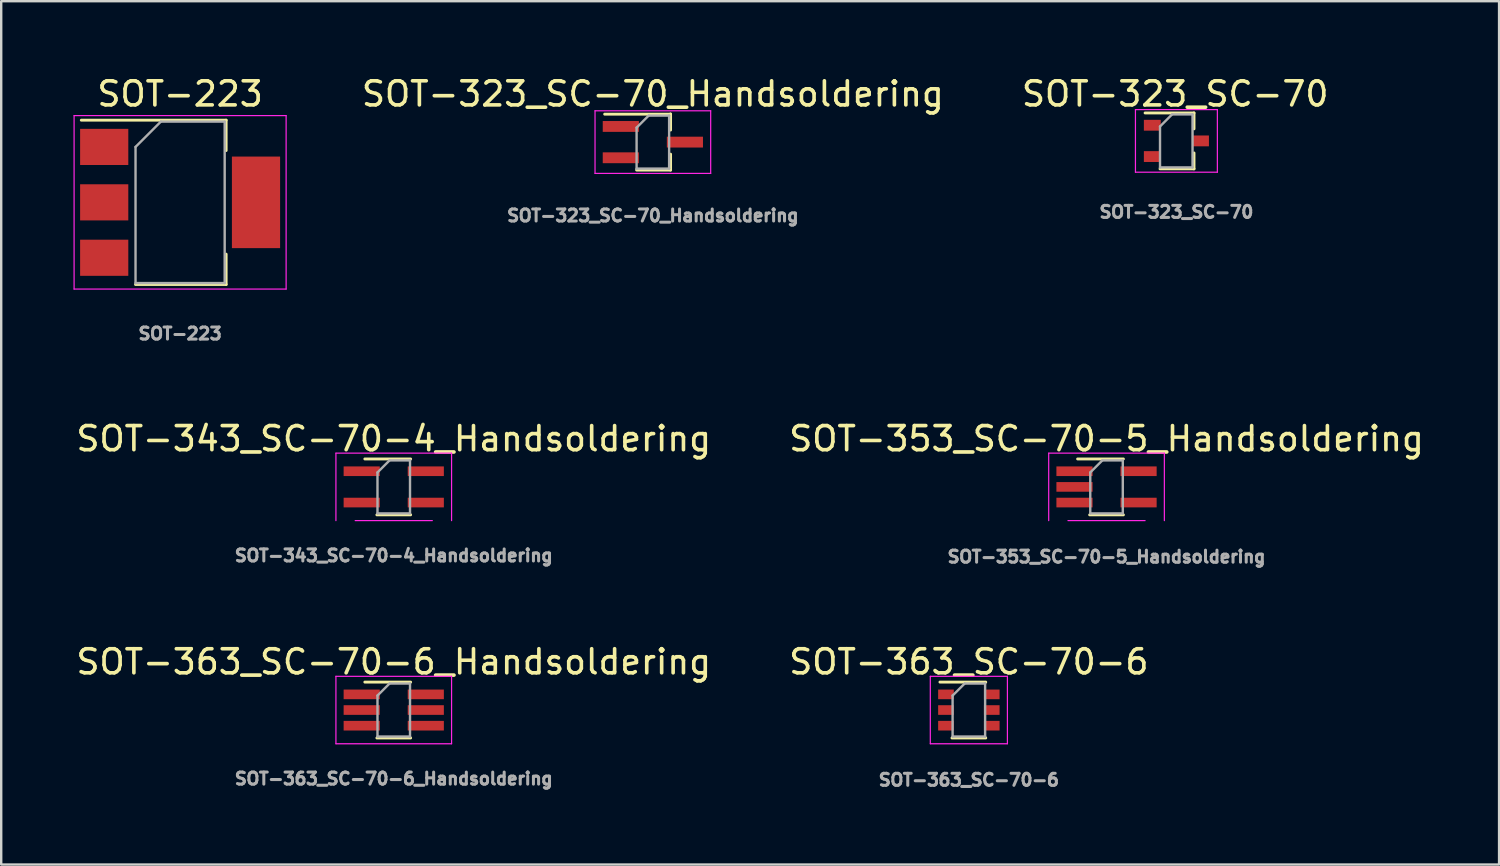
<source format=kicad_pcb>
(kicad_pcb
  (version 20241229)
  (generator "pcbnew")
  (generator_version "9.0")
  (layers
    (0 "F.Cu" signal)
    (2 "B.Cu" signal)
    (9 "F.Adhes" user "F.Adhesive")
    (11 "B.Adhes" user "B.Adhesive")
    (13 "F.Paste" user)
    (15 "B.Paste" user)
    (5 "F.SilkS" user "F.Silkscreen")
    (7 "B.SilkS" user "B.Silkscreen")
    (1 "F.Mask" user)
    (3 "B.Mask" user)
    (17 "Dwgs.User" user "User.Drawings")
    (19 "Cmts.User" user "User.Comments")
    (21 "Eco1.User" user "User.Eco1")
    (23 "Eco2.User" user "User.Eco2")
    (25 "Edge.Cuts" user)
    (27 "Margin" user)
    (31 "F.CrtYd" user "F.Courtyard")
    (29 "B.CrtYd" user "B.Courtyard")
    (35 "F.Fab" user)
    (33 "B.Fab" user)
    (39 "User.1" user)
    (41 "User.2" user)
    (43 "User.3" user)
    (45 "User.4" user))
  (footprint "SOT-363_SC-70-6"
    (layer "F.Cu")
    (at 37.161 26.419)
    (property "Reference" "SOT-363_SC-70-6" (at 0 -2 0) (layer "F.SilkS") (effects (font (size 1 1) (thickness 0.15))))
    (attr smd)
    (fp_line (start -0.7 1.16) (end 0.7 1.16) (stroke (width 0.12) (type solid)) (layer "F.SilkS"))
    (fp_line (start 0.7 -1.16) (end -1.2 -1.16) (stroke (width 0.12) (type solid)) (layer "F.SilkS"))
    (fp_line (start -1.6 -1.4) (end -1.6 1.4) (stroke (width 0.05) (type solid)) (layer "F.CrtYd"))
    (fp_line (start -1.6 -1.4) (end 1.6 -1.4) (stroke (width 0.05) (type solid)) (layer "F.CrtYd"))
    (fp_line (start -1.6 1.4) (end 1.6 1.4) (stroke (width 0.05) (type solid)) (layer "F.CrtYd"))
    (fp_line (start 1.6 1.4) (end 1.6 -1.4) (stroke (width 0.05) (type solid)) (layer "F.CrtYd"))
    (fp_line (start -0.675 -0.6) (end -0.675 1.1) (stroke (width 0.1) (type solid)) (layer "F.Fab"))
    (fp_line (start -0.175 -1.1) (end -0.675 -0.6) (stroke (width 0.1) (type solid)) (layer "F.Fab"))
    (fp_line (start 0.675 -1.1) (end -0.175 -1.1) (stroke (width 0.1) (type solid)) (layer "F.Fab"))
    (fp_line (start 0.675 -1.1) (end 0.675 1.1) (stroke (width 0.1) (type solid)) (layer "F.Fab"))
    (fp_line (start 0.675 1.1) (end -0.675 1.1) (stroke (width 0.1) (type solid)) (layer "F.Fab"))
    (fp_text user "${REFERENCE}" (at 0 2.9 0) (layer "F.Fab") (effects (font (size 0.5 0.5) (thickness 0.125))))
    (pad "1" smd rect (at -0.95 -0.65) (size 0.65 0.4) (layers "F.Cu" "F.Mask" "F.Paste"))
    (pad "2" smd rect (at -0.95 0) (size 0.65 0.4) (layers "F.Cu" "F.Mask" "F.Paste"))
    (pad "3" smd rect (at -0.95 0.65) (size 0.65 0.4) (layers "F.Cu" "F.Mask" "F.Paste"))
    (pad "4" smd rect (at 0.95 0.65) (size 0.65 0.4) (layers "F.Cu" "F.Mask" "F.Paste"))
    (pad "5" smd rect (at 0.95 0) (size 0.65 0.4) (layers "F.Cu" "F.Mask" "F.Paste"))
    (pad "6" smd rect (at 0.95 -0.65) (size 0.65 0.4) (layers "F.Cu" "F.Mask" "F.Paste")))
  (footprint "SOT-353_SC-70-5_Handsoldering"
    (layer "F.Cu")
    (at 42.875 17.158)
    (property "Reference" "SOT-353_SC-70-5_Handsoldering" (at 0 -2 0) (layer "F.SilkS") (effects (font (size 1 1) (thickness 0.15))))
    (attr smd)
    (fp_line (start -0.7 1.16) (end 0.7 1.16) (stroke (width 0.12) (type solid)) (layer "F.SilkS"))
    (fp_line (start 0.7 -1.16) (end -1.2 -1.16) (stroke (width 0.12) (type solid)) (layer "F.SilkS"))
    (fp_line (start -2.4 -1.4) (end -2.4 1.4) (stroke (width 0.05) (type solid)) (layer "F.CrtYd"))
    (fp_line (start -2.4 -1.4) (end 2.4 -1.4) (stroke (width 0.05) (type solid)) (layer "F.CrtYd"))
    (fp_line (start -1.6 1.4) (end 1.6 1.4) (stroke (width 0.05) (type solid)) (layer "F.CrtYd"))
    (fp_line (start 2.4 1.4) (end 2.4 -1.4) (stroke (width 0.05) (type solid)) (layer "F.CrtYd"))
    (fp_line (start -0.675 -0.6) (end -0.675 1.1) (stroke (width 0.1) (type solid)) (layer "F.Fab"))
    (fp_line (start -0.175 -1.1) (end -0.675 -0.6) (stroke (width 0.1) (type solid)) (layer "F.Fab"))
    (fp_line (start 0.675 -1.1) (end -0.175 -1.1) (stroke (width 0.1) (type solid)) (layer "F.Fab"))
    (fp_line (start 0.675 -1.1) (end 0.675 1.1) (stroke (width 0.1) (type solid)) (layer "F.Fab"))
    (fp_line (start 0.675 1.1) (end -0.675 1.1) (stroke (width 0.1) (type solid)) (layer "F.Fab"))
    (fp_text user "${REFERENCE}" (at 0 2.9 0) (layer "F.Fab") (effects (font (size 0.5 0.5) (thickness 0.125))))
    (pad "1" smd rect (at -1.33 -0.65) (size 1.5 0.4) (layers "F.Cu" "F.Mask" "F.Paste"))
    (pad "2" smd rect (at -1.33 0) (size 1.5 0.4) (layers "F.Cu" "F.Mask" "F.Paste"))
    (pad "3" smd rect (at -1.33 0.65) (size 1.5 0.4) (layers "F.Cu" "F.Mask" "F.Paste"))
    (pad "4" smd rect (at 1.33 0.65) (size 1.5 0.4) (layers "F.Cu" "F.Mask" "F.Paste"))
    (pad "5" smd rect (at 1.33 -0.65) (size 1.5 0.4) (layers "F.Cu" "F.Mask" "F.Paste")))
  (footprint "SOT-323_SC-70_Handsoldering"
    (layer "F.Cu")
    (at 24.046 2.848)
    (property "Reference" "SOT-323_SC-70_Handsoldering" (at 0 -2 0) (layer "F.SilkS") (effects (font (size 1 1) (thickness 0.15))))
    (attr smd)
    (fp_line (start -0.675 1.16) (end 0.735 1.16) (stroke (width 0.12) (type solid)) (layer "F.SilkS"))
    (fp_line (start 0.735 -1.17) (end 0.735 -0.5) (stroke (width 0.12) (type solid)) (layer "F.SilkS"))
    (fp_line (start 0.735 -1.16) (end -2 -1.16) (stroke (width 0.12) (type solid)) (layer "F.SilkS"))
    (fp_line (start 0.735 0.5) (end 0.735 1.16) (stroke (width 0.12) (type solid)) (layer "F.SilkS"))
    (fp_line (start -2.4 -1.3) (end 2.4 -1.3) (stroke (width 0.05) (type solid)) (layer "F.CrtYd"))
    (fp_line (start -2.4 1.3) (end -2.4 -1.3) (stroke (width 0.05) (type solid)) (layer "F.CrtYd"))
    (fp_line (start 2.4 -1.3) (end 2.4 1.3) (stroke (width 0.05) (type solid)) (layer "F.CrtYd"))
    (fp_line (start 2.4 1.3) (end -2.4 1.3) (stroke (width 0.05) (type solid)) (layer "F.CrtYd"))
    (fp_line (start -0.675 -0.6) (end -0.675 1.1) (stroke (width 0.1) (type solid)) (layer "F.Fab"))
    (fp_line (start -0.175 -1.1) (end -0.675 -0.6) (stroke (width 0.1) (type solid)) (layer "F.Fab"))
    (fp_line (start 0.675 -1.1) (end -0.175 -1.1) (stroke (width 0.1) (type solid)) (layer "F.Fab"))
    (fp_line (start 0.675 -1.1) (end 0.675 1.1) (stroke (width 0.1) (type solid)) (layer "F.Fab"))
    (fp_line (start 0.675 1.1) (end -0.675 1.1) (stroke (width 0.1) (type solid)) (layer "F.Fab"))
    (fp_text user "${REFERENCE}" (at 0 3.05 0) (layer "F.Fab") (effects (font (size 0.5 0.5) (thickness 0.125))))
    (pad "1" smd rect (at -1.33 -0.65 270) (size 0.45 1.5) (layers "F.Cu" "F.Mask" "F.Paste"))
    (pad "2" smd rect (at -1.33 0.65 270) (size 0.45 1.5) (layers "F.Cu" "F.Mask" "F.Paste"))
    (pad "3" smd rect (at 1.33 0 270) (size 0.45 1.5) (layers "F.Cu" "F.Mask" "F.Paste")))
  (footprint "SOT-343_SC-70-4_Handsoldering"
    (layer "F.Cu")
    (at 13.292 17.158)
    (property "Reference" "SOT-343_SC-70-4_Handsoldering" (at 0 -2 0) (layer "F.SilkS") (effects (font (size 1 1) (thickness 0.15))))
    (attr smd)
    (fp_line (start -0.7 1.16) (end 0.7 1.16) (stroke (width 0.12) (type solid)) (layer "F.SilkS"))
    (fp_line (start 0.7 -1.16) (end -1.2 -1.16) (stroke (width 0.12) (type solid)) (layer "F.SilkS"))
    (fp_line (start -2.4 -1.4) (end -2.4 1.4) (stroke (width 0.05) (type solid)) (layer "F.CrtYd"))
    (fp_line (start -2.4 -1.4) (end 2.4 -1.4) (stroke (width 0.05) (type solid)) (layer "F.CrtYd"))
    (fp_line (start -1.6 1.4) (end 1.6 1.4) (stroke (width 0.05) (type solid)) (layer "F.CrtYd"))
    (fp_line (start 2.4 1.4) (end 2.4 -1.4) (stroke (width 0.05) (type solid)) (layer "F.CrtYd"))
    (fp_line (start -0.675 -0.6) (end -0.675 1.1) (stroke (width 0.1) (type solid)) (layer "F.Fab"))
    (fp_line (start -0.175 -1.1) (end -0.675 -0.6) (stroke (width 0.1) (type solid)) (layer "F.Fab"))
    (fp_line (start 0.675 -1.1) (end -0.175 -1.1) (stroke (width 0.1) (type solid)) (layer "F.Fab"))
    (fp_line (start 0.675 -1.1) (end 0.675 1.1) (stroke (width 0.1) (type solid)) (layer "F.Fab"))
    (fp_line (start 0.675 1.1) (end -0.675 1.1) (stroke (width 0.1) (type solid)) (layer "F.Fab"))
    (fp_text user "${REFERENCE}" (at 0 2.85 0) (layer "F.Fab") (effects (font (size 0.5 0.5) (thickness 0.125))))
    (pad "1" smd rect (at -1.33 -0.65) (size 1.5 0.4) (layers "F.Cu" "F.Mask" "F.Paste"))
    (pad "2" smd rect (at -1.33 0.65) (size 1.5 0.4) (layers "F.Cu" "F.Mask" "F.Paste"))
    (pad "3" smd rect (at 1.33 0.65) (size 1.5 0.4) (layers "F.Cu" "F.Mask" "F.Paste"))
    (pad "4" smd rect (at 1.33 -0.65) (size 1.5 0.4) (layers "F.Cu" "F.Mask" "F.Paste")))
  (footprint "SOT-363_SC-70-6_Handsoldering"
    (layer "F.Cu")
    (at 13.292 26.419)
    (property "Reference" "SOT-363_SC-70-6_Handsoldering" (at 0 -2 0) (layer "F.SilkS") (effects (font (size 1 1) (thickness 0.15))))
    (attr smd)
    (fp_line (start -0.7 1.16) (end 0.7 1.16) (stroke (width 0.12) (type solid)) (layer "F.SilkS"))
    (fp_line (start 0.7 -1.16) (end -1.2 -1.16) (stroke (width 0.12) (type solid)) (layer "F.SilkS"))
    (fp_line (start -2.4 -1.4) (end -2.4 1.4) (stroke (width 0.05) (type solid)) (layer "F.CrtYd"))
    (fp_line (start -2.4 -1.4) (end 2.4 -1.4) (stroke (width 0.05) (type solid)) (layer "F.CrtYd"))
    (fp_line (start -2.4 1.4) (end 2.4 1.4) (stroke (width 0.05) (type solid)) (layer "F.CrtYd"))
    (fp_line (start 2.4 1.4) (end 2.4 -1.4) (stroke (width 0.05) (type solid)) (layer "F.CrtYd"))
    (fp_line (start -0.675 -0.6) (end -0.675 1.1) (stroke (width 0.1) (type solid)) (layer "F.Fab"))
    (fp_line (start -0.175 -1.1) (end -0.675 -0.6) (stroke (width 0.1) (type solid)) (layer "F.Fab"))
    (fp_line (start 0.675 -1.1) (end -0.175 -1.1) (stroke (width 0.1) (type solid)) (layer "F.Fab"))
    (fp_line (start 0.675 -1.1) (end 0.675 1.1) (stroke (width 0.1) (type solid)) (layer "F.Fab"))
    (fp_line (start 0.675 1.1) (end -0.675 1.1) (stroke (width 0.1) (type solid)) (layer "F.Fab"))
    (fp_text user "${REFERENCE}" (at 0 2.85 0) (layer "F.Fab") (effects (font (size 0.5 0.5) (thickness 0.125))))
    (pad "1" smd rect (at -1.33 -0.65) (size 1.5 0.4) (layers "F.Cu" "F.Mask" "F.Paste"))
    (pad "2" smd rect (at -1.33 0) (size 1.5 0.4) (layers "F.Cu" "F.Mask" "F.Paste"))
    (pad "3" smd rect (at -1.33 0.65) (size 1.5 0.4) (layers "F.Cu" "F.Mask" "F.Paste"))
    (pad "4" smd rect (at 1.33 0.65) (size 1.5 0.4) (layers "F.Cu" "F.Mask" "F.Paste"))
    (pad "5" smd rect (at 1.33 0) (size 1.5 0.4) (layers "F.Cu" "F.Mask" "F.Paste"))
    (pad "6" smd rect (at 1.33 -0.65) (size 1.5 0.4) (layers "F.Cu" "F.Mask" "F.Paste")))
  (footprint "SOT-223"
    (layer "F.Cu")
    (at 4.425 5.348)
    (property "Reference" "SOT-223" (at 0 -4.5 0) (layer "F.SilkS") (effects (font (size 1 1) (thickness 0.15))))
    (attr smd)
    (fp_line (start -4.1 -3.41) (end 1.91 -3.41) (stroke (width 0.12) (type solid)) (layer "F.SilkS"))
    (fp_line (start -1.85 3.41) (end 1.91 3.41) (stroke (width 0.12) (type solid)) (layer "F.SilkS"))
    (fp_line (start 1.91 -3.41) (end 1.91 -2.15) (stroke (width 0.12) (type solid)) (layer "F.SilkS"))
    (fp_line (start 1.91 3.41) (end 1.91 2.15) (stroke (width 0.12) (type solid)) (layer "F.SilkS"))
    (fp_line (start -4.4 -3.6) (end -4.4 3.6) (stroke (width 0.05) (type solid)) (layer "F.CrtYd"))
    (fp_line (start -4.4 3.6) (end 4.4 3.6) (stroke (width 0.05) (type solid)) (layer "F.CrtYd"))
    (fp_line (start 4.4 -3.6) (end -4.4 -3.6) (stroke (width 0.05) (type solid)) (layer "F.CrtYd"))
    (fp_line (start 4.4 3.6) (end 4.4 -3.6) (stroke (width 0.05) (type solid)) (layer "F.CrtYd"))
    (fp_line (start -1.85 -2.3) (end -1.85 3.35) (stroke (width 0.1) (type solid)) (layer "F.Fab"))
    (fp_line (start -1.85 -2.3) (end -0.8 -3.35) (stroke (width 0.1) (type solid)) (layer "F.Fab"))
    (fp_line (start -1.85 3.35) (end 1.85 3.35) (stroke (width 0.1) (type solid)) (layer "F.Fab"))
    (fp_line (start -0.8 -3.35) (end 1.85 -3.35) (stroke (width 0.1) (type solid)) (layer "F.Fab"))
    (fp_line (start 1.85 -3.35) (end 1.85 3.35) (stroke (width 0.1) (type solid)) (layer "F.Fab"))
    (fp_text user "${REFERENCE}" (at 0 5.45 0) (layer "F.Fab") (effects (font (size 0.5 0.5) (thickness 0.125))))
    (pad "1" smd rect (at -3.15 -2.3) (size 2 1.5) (layers "F.Cu" "F.Mask" "F.Paste"))
    (pad "2" smd rect (at -3.15 0) (size 2 1.5) (layers "F.Cu" "F.Mask" "F.Paste"))
    (pad "3" smd rect (at -3.15 2.3) (size 2 1.5) (layers "F.Cu" "F.Mask" "F.Paste"))
    (pad "4" smd rect (at 3.15 0) (size 2 3.8) (layers "F.Cu" "F.Mask" "F.Paste")))
  (footprint "SOT-323_SC-70"
    (layer "F.Cu")
    (at 45.775 2.798)
    (property "Reference" "SOT-323_SC-70" (at -0.05 -1.95 0) (layer "F.SilkS") (effects (font (size 1 1) (thickness 0.15))))
    (attr smd)
    (fp_line (start -0.68 1.16) (end 0.73 1.16) (stroke (width 0.12) (type solid)) (layer "F.SilkS"))
    (fp_line (start 0.73 -1.16) (end -1.3 -1.16) (stroke (width 0.12) (type solid)) (layer "F.SilkS"))
    (fp_line (start 0.73 -1.16) (end 0.73 -0.5) (stroke (width 0.12) (type solid)) (layer "F.SilkS"))
    (fp_line (start 0.73 0.5) (end 0.73 1.16) (stroke (width 0.12) (type solid)) (layer "F.SilkS"))
    (fp_line (start -1.7 -1.3) (end 1.7 -1.3) (stroke (width 0.05) (type solid)) (layer "F.CrtYd"))
    (fp_line (start -1.7 1.3) (end -1.7 -1.3) (stroke (width 0.05) (type solid)) (layer "F.CrtYd"))
    (fp_line (start 1.7 -1.3) (end 1.7 1.3) (stroke (width 0.05) (type solid)) (layer "F.CrtYd"))
    (fp_line (start 1.7 1.3) (end -1.7 1.3) (stroke (width 0.05) (type solid)) (layer "F.CrtYd"))
    (fp_line (start -0.68 -0.6) (end -0.68 1.1) (stroke (width 0.1) (type solid)) (layer "F.Fab"))
    (fp_line (start -0.18 -1.1) (end -0.68 -0.6) (stroke (width 0.1) (type solid)) (layer "F.Fab"))
    (fp_line (start 0.67 -1.1) (end -0.18 -1.1) (stroke (width 0.1) (type solid)) (layer "F.Fab"))
    (fp_line (start 0.67 -1.1) (end 0.67 1.1) (stroke (width 0.1) (type solid)) (layer "F.Fab"))
    (fp_line (start 0.67 1.1) (end -0.68 1.1) (stroke (width 0.1) (type solid)) (layer "F.Fab"))
    (fp_text user "${REFERENCE}" (at 0 2.95 0) (layer "F.Fab") (effects (font (size 0.5 0.5) (thickness 0.125))))
    (pad "1" smd rect (at -1 -0.65 270) (size 0.45 0.7) (layers "F.Cu" "F.Mask" "F.Paste"))
    (pad "2" smd rect (at -1 0.65 270) (size 0.45 0.7) (layers "F.Cu" "F.Mask" "F.Paste"))
    (pad "3" smd rect (at 1 0 270) (size 0.45 0.7) (layers "F.Cu" "F.Mask" "F.Paste")))
  (gr_rect
    (start -3 -3)
    (end 59.167 32.83)
    (stroke (width 0.1) (type default))
    (fill no)
    (layer "Edge.Cuts")))
</source>
